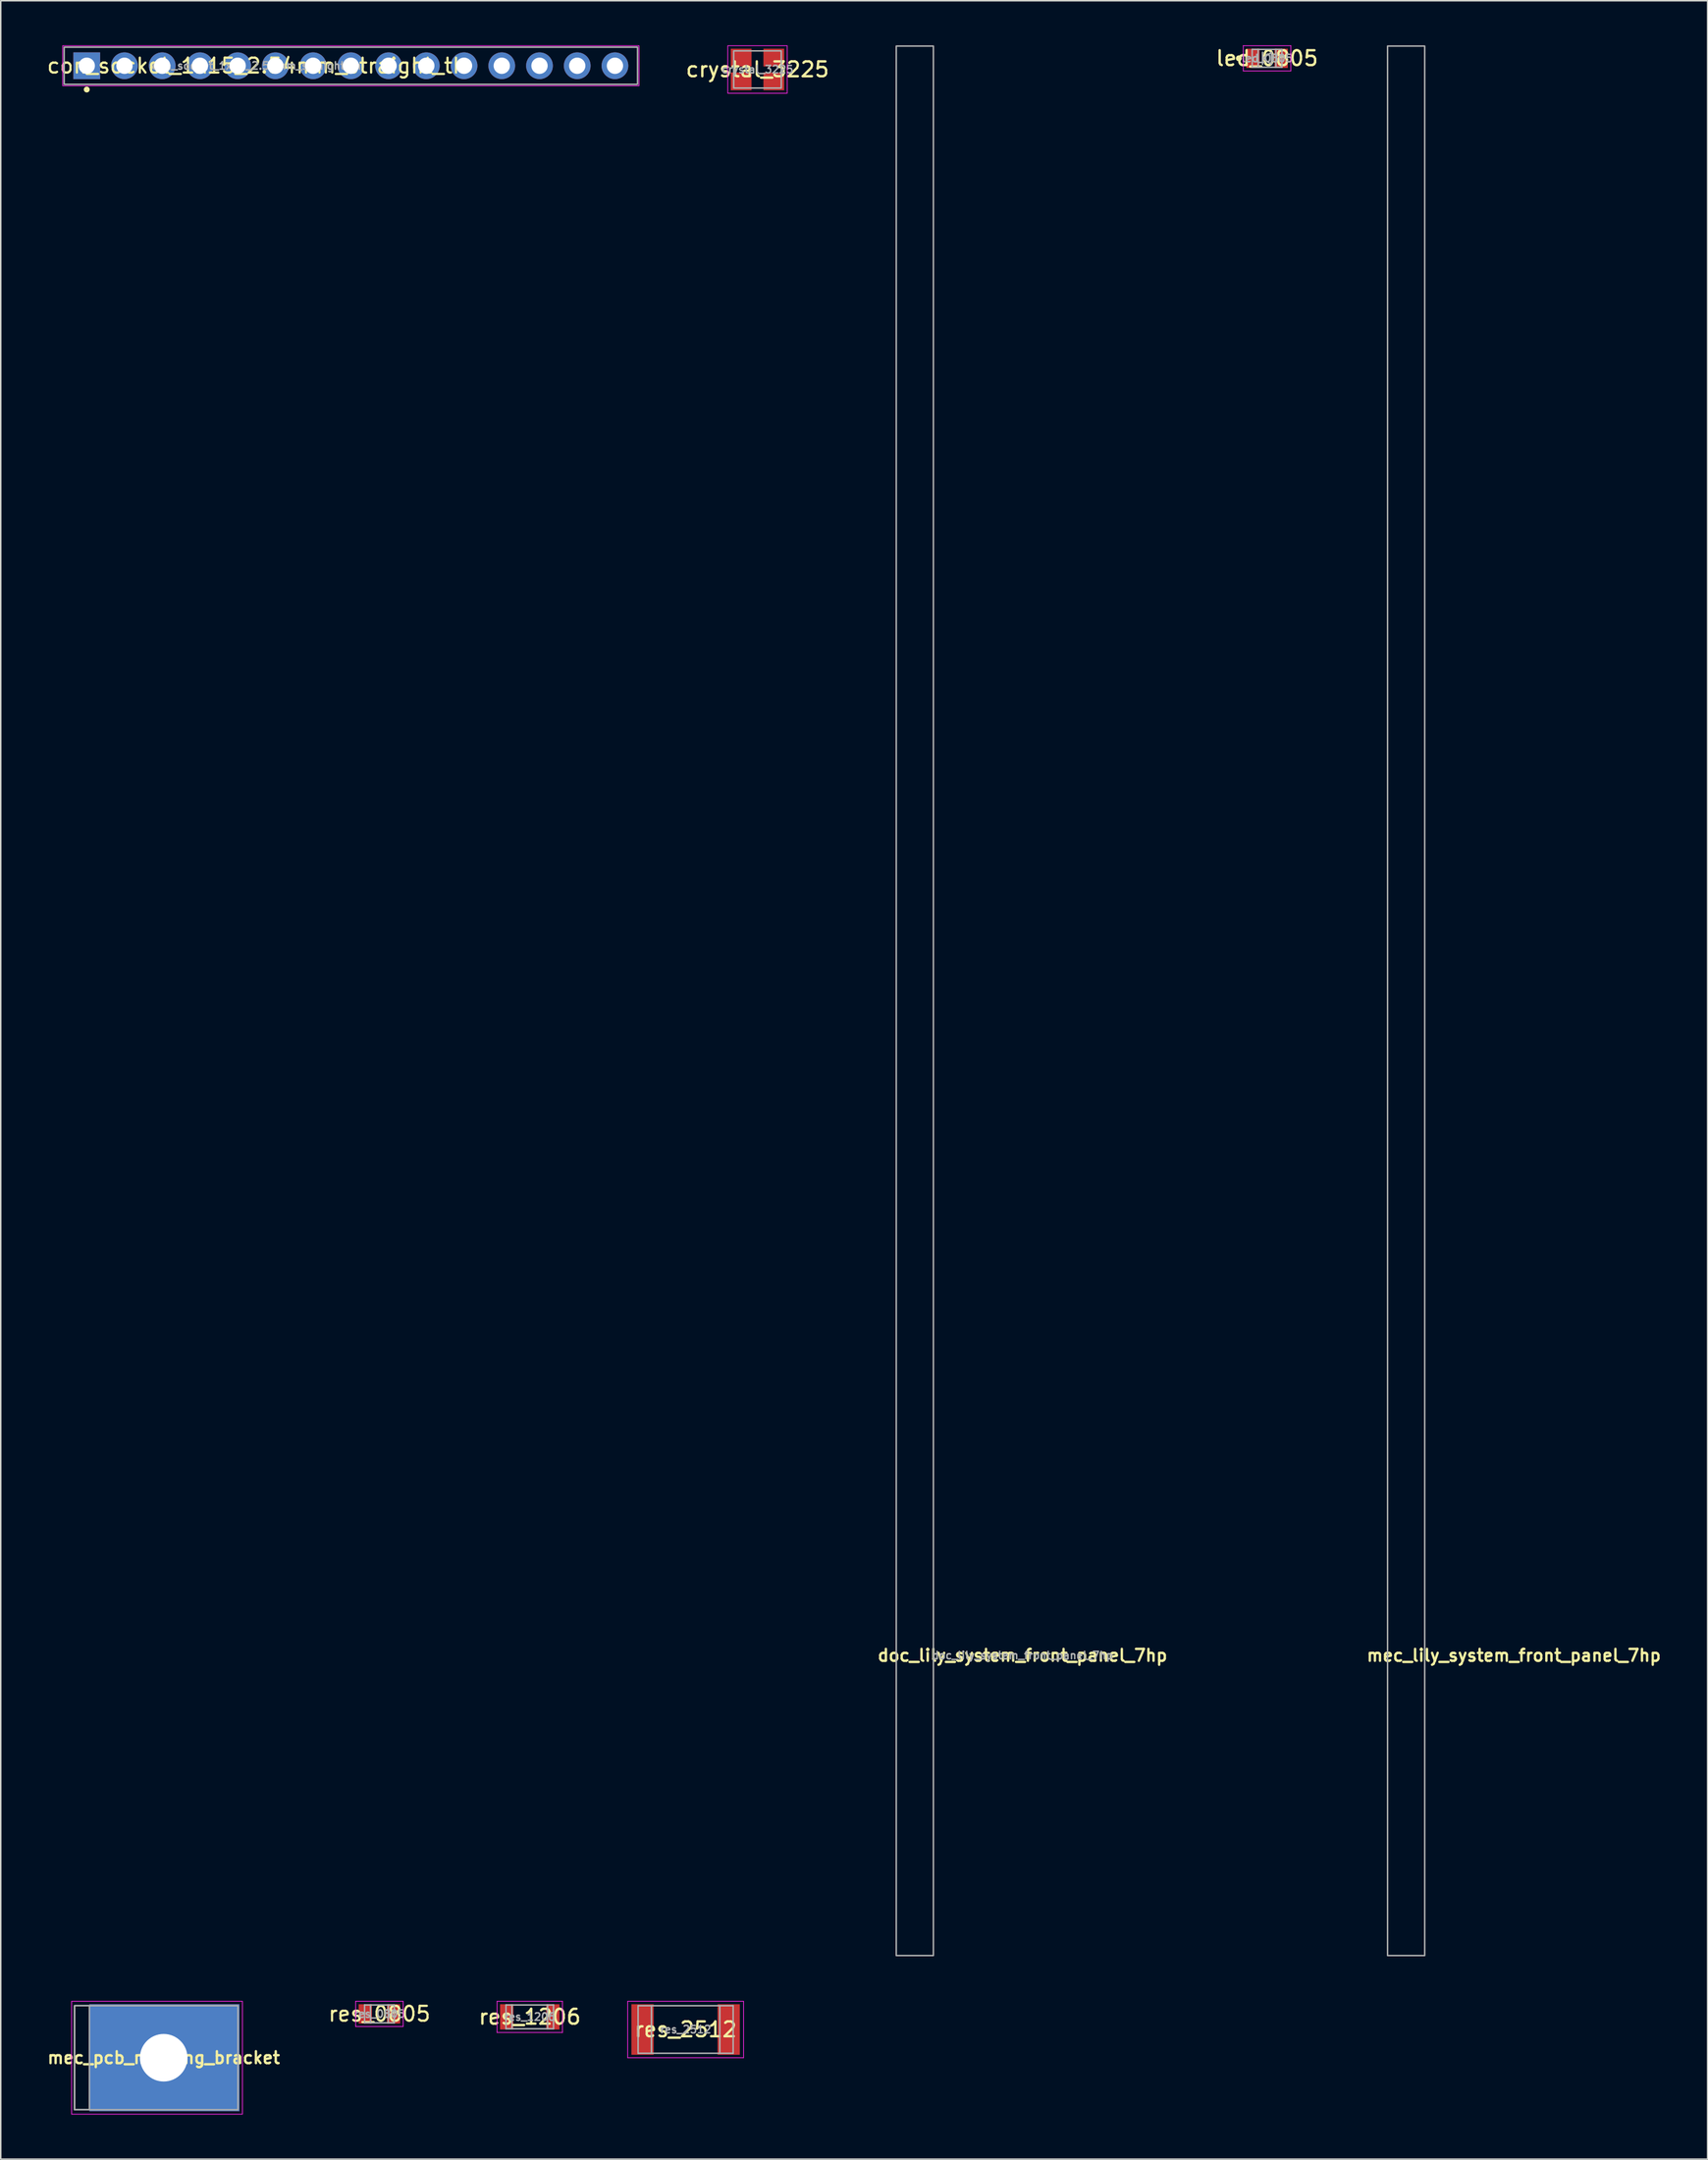
<source format=kicad_pcb>
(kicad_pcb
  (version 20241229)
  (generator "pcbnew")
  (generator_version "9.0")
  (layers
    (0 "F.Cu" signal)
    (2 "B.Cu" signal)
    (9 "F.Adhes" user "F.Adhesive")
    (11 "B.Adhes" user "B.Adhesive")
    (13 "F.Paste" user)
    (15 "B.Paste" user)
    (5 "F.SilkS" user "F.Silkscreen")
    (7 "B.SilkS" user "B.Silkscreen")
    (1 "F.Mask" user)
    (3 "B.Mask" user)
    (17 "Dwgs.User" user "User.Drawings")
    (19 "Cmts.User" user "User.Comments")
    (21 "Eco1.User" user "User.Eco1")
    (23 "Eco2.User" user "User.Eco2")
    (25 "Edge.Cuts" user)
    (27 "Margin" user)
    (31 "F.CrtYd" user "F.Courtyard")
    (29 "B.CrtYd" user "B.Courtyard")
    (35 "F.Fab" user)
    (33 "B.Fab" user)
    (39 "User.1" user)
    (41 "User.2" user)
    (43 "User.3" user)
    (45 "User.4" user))
  (footprint "con_socket_1x15_2.54mm_straight_th"
    (layer "F.Cu")
    (at 2.79 1.375)
    (property "Reference" "con_socket_1x15_2.54mm_straight_th" (at 11.43 0 0) (layer "F.SilkS") (effects (font (size 1 1) (thickness 0.15))))
    (attr through_hole exclude_from_pos_files)
    (fp_circle (center 0 1.6) (end 0.1 1.6) (stroke (width 0.2) (type solid)) (fill no) (layer "F.SilkS"))
    (fp_rect (start -1.62 -1.35) (end 37.18 1.35) (stroke (width 0.05) (type solid)) (fill no) (layer "F.CrtYd"))
    (fp_rect (start -1.52 -1.25) (end 37.08 1.25) (stroke (width 0.1) (type solid)) (fill no) (layer "F.Fab"))
    (fp_text user "${REFERENCE}" (at 11.43 0 0) (layer "F.Fab") (effects (font (size 0.5 0.5) (thickness 0.1))))
    (pad "1" thru_hole rect (at 0 0) (size 1.8 1.8) (drill 1.1) (layers "*.Cu" "*.Mask"))
    (pad "2" thru_hole circle (at 2.54 0) (size 1.8 1.8) (drill 1.1) (layers "*.Cu" "*.Mask"))
    (pad "3" thru_hole circle (at 5.08 0) (size 1.8 1.8) (drill 1.1) (layers "*.Cu" "*.Mask"))
    (pad "4" thru_hole circle (at 7.62 0) (size 1.8 1.8) (drill 1.1) (layers "*.Cu" "*.Mask"))
    (pad "5" thru_hole circle (at 10.16 0) (size 1.8 1.8) (drill 1.1) (layers "*.Cu" "*.Mask"))
    (pad "6" thru_hole circle (at 12.7 0) (size 1.8 1.8) (drill 1.1) (layers "*.Cu" "*.Mask"))
    (pad "7" thru_hole circle (at 15.24 0) (size 1.8 1.8) (drill 1.1) (layers "*.Cu" "*.Mask"))
    (pad "8" thru_hole circle (at 17.78 0) (size 1.8 1.8) (drill 1.1) (layers "*.Cu" "*.Mask"))
    (pad "9" thru_hole circle (at 20.32 0) (size 1.8 1.8) (drill 1.1) (layers "*.Cu" "*.Mask"))
    (pad "10" thru_hole circle (at 22.86 0) (size 1.8 1.8) (drill 1.1) (layers "*.Cu" "*.Mask"))
    (pad "11" thru_hole circle (at 25.4 0) (size 1.8 1.8) (drill 1.1) (layers "*.Cu" "*.Mask"))
    (pad "12" thru_hole circle (at 27.94 0) (size 1.8 1.8) (drill 1.1) (layers "*.Cu" "*.Mask"))
    (pad "13" thru_hole circle (at 30.48 0) (size 1.8 1.8) (drill 1.1) (layers "*.Cu" "*.Mask"))
    (pad "14" thru_hole circle (at 33.02 0) (size 1.8 1.8) (drill 1.1) (layers "*.Cu" "*.Mask"))
    (pad "15" thru_hole circle (at 35.56 0) (size 1.8 1.8) (drill 1.1) (layers "*.Cu" "*.Mask")))
  (footprint "res_2512"
    (layer "F.Cu")
    (at 43.108 133.525)
    (property "Reference" "res_2512" (at 0 0 0) (layer "F.SilkS") (effects (font (size 1 1) (thickness 0.16))))
    (attr smd)
    (fp_line (start -3.9 -1.9) (end -3.9 1.9) (stroke (width 0.05) (type solid)) (layer "F.CrtYd"))
    (fp_line (start -3.9 -1.9) (end 3.9 -1.9) (stroke (width 0.05) (type solid)) (layer "F.CrtYd"))
    (fp_line (start -3.9 1.9) (end 3.9 1.9) (stroke (width 0.05) (type solid)) (layer "F.CrtYd"))
    (fp_line (start 3.9 -1.9) (end 3.9 1.9) (stroke (width 0.05) (type solid)) (layer "F.CrtYd"))
    (fp_line (start -3.2 -1.6) (end 3.2 -1.6) (stroke (width 0.1) (type solid)) (layer "F.Fab"))
    (fp_line (start -3.2 1.6) (end -3.2 -1.6) (stroke (width 0.1) (type solid)) (layer "F.Fab"))
    (fp_line (start -3.2 1.6) (end 3.2 1.6) (stroke (width 0.1) (type solid)) (layer "F.Fab"))
    (fp_line (start -2.3 1.6) (end -2.3 -1.6) (stroke (width 0.1) (type solid)) (layer "F.Fab"))
    (fp_line (start 2.3 1.6) (end 2.3 -1.6) (stroke (width 0.1) (type solid)) (layer "F.Fab"))
    (fp_line (start 3.2 1.6) (end 3.2 -1.6) (stroke (width 0.1) (type solid)) (layer "F.Fab"))
    (fp_text user "${REFERENCE}" (at 0 0 0) (layer "F.Fab") (effects (font (size 0.5 0.5) (thickness 0.1))))
    (pad "1" smd rect (at -2.9 0) (size 1.5 3.4) (layers "F.Cu" "F.Mask" "F.Paste"))
    (pad "2" smd rect (at 2.9 0) (size 1.5 3.4) (layers "F.Cu" "F.Mask" "F.Paste")))
  (footprint "mec_lily_system_front_panel_7hp"
    (layer "F.Cu")
    (at 98.864 108.35)
    (property "Reference" "mec_lily_system_front_panel_7hp" (at 0 0 0) (unlocked yes) (layer "F.SilkS") (effects (font (size 0.8 0.8) (thickness 0.16))))
    (attr board_only exclude_from_pos_files exclude_from_bom)
    (fp_rect (start -8.5 -108.3) (end -6 20.2) (stroke (width 0.1) (type solid)) (fill no) (layer "F.Fab")))
  (footprint "res_1206"
    (layer "F.Cu")
    (at 32.615 132.675)
    (property "Reference" "res_1206" (at 0 0 0) (layer "F.SilkS") (effects (font (size 1 1) (thickness 0.16))))
    (attr smd)
    (fp_line (start -2.2 -1.05) (end 2.2 -1.05) (stroke (width 0.05) (type solid)) (layer "F.CrtYd"))
    (fp_line (start -2.2 1.05) (end -2.2 -1.05) (stroke (width 0.05) (type solid)) (layer "F.CrtYd"))
    (fp_line (start 2.2 -1.05) (end 2.2 1.05) (stroke (width 0.05) (type solid)) (layer "F.CrtYd"))
    (fp_line (start 2.2 1.05) (end -2.2 1.05) (stroke (width 0.05) (type solid)) (layer "F.CrtYd"))
    (fp_line (start -1.6 -0.8) (end 1.6 -0.8) (stroke (width 0.1) (type solid)) (layer "F.Fab"))
    (fp_line (start -1.6 0.8) (end -1.6 -0.8) (stroke (width 0.1) (type solid)) (layer "F.Fab"))
    (fp_line (start -1.2 -0.8) (end -1.2 0.8) (stroke (width 0.1) (type solid)) (layer "F.Fab"))
    (fp_line (start 1.2 -0.8) (end 1.2 0.8) (stroke (width 0.1) (type solid)) (layer "F.Fab"))
    (fp_line (start 1.6 -0.8) (end 1.6 0.8) (stroke (width 0.1) (type solid)) (layer "F.Fab"))
    (fp_line (start 1.6 0.8) (end -1.6 0.8) (stroke (width 0.1) (type solid)) (layer "F.Fab"))
    (fp_text user "${REFERENCE}" (at 0 0 0) (layer "F.Fab") (effects (font (size 0.5 0.5) (thickness 0.1))))
    (pad "1" smd rect (at -1.55 0) (size 0.9 1.7) (layers "F.Cu" "F.Mask" "F.Paste"))
    (pad "2" smd rect (at 1.55 0) (size 0.9 1.7) (layers "F.Cu" "F.Mask" "F.Paste")))
  (footprint "led_0805"
    (layer "F.Cu")
    (at 82.25 0.875)
    (property "Reference" "led_0805" (at 0 0 0) (layer "F.SilkS") (effects (font (size 1 1) (thickness 0.16))))
    (attr smd)
    (fp_circle (center -1.9 0) (end -1.8 0) (stroke (width 0.2) (type solid)) (fill no) (layer "F.SilkS"))
    (fp_line (start -1.6 -0.85) (end 1.6 -0.85) (stroke (width 0.05) (type solid)) (layer "F.CrtYd"))
    (fp_line (start -1.6 0.85) (end -1.6 -0.85) (stroke (width 0.05) (type solid)) (layer "F.CrtYd"))
    (fp_line (start 1.6 -0.85) (end 1.6 0.85) (stroke (width 0.05) (type solid)) (layer "F.CrtYd"))
    (fp_line (start 1.6 0.85) (end -1.6 0.85) (stroke (width 0.05) (type solid)) (layer "F.CrtYd"))
    (fp_line (start -1 -0.6) (end -1 0.6) (stroke (width 0.1) (type solid)) (layer "F.Fab"))
    (fp_line (start -1 0.6) (end 1 0.6) (stroke (width 0.1) (type solid)) (layer "F.Fab"))
    (fp_line (start -0.6 -0.6) (end -0.6 0.6) (stroke (width 0.1) (type solid)) (layer "F.Fab"))
    (fp_line (start -0.3 -0.4) (end -0.3 0.4) (stroke (width 0.1) (type solid)) (layer "F.Fab"))
    (fp_line (start -0.3 0) (end 0.3 -0.4) (stroke (width 0.1) (type solid)) (layer "F.Fab"))
    (fp_line (start 0.3 -0.4) (end 0.3 0.4) (stroke (width 0.1) (type solid)) (layer "F.Fab"))
    (fp_line (start 0.3 0.4) (end -0.3 0) (stroke (width 0.1) (type solid)) (layer "F.Fab"))
    (fp_line (start 0.6 -0.6) (end 0.6 0.6) (stroke (width 0.1) (type solid)) (layer "F.Fab"))
    (fp_line (start 1 -0.6) (end -1 -0.6) (stroke (width 0.1) (type solid)) (layer "F.Fab"))
    (fp_line (start 1 0.6) (end 1 -0.6) (stroke (width 0.1) (type solid)) (layer "F.Fab"))
    (fp_text user "${REFERENCE}" (at 0 0 0) (layer "F.Fab") (effects (font (size 0.5 0.5) (thickness 0.1))))
    (pad "1" smd rect (at -0.95 0) (size 0.9 1.3) (layers "F.Cu" "F.Mask" "F.Paste"))
    (pad "2" smd rect (at 0.95 0) (size 0.9 1.3) (layers "F.Cu" "F.Mask" "F.Paste"))
    (zone (net_name "") (layer "F.Cu") (hatch edge 0.5) (connect_pads) (min_thickness 0.25) (filled_areas_thickness no) (keepout (tracks allowed) (vias allowed) (pads allowed) (copperpour not_allowed) (footprints allowed)) (placement (enabled no)) (fill) (polygon (pts (xy 81.75 0.025) (xy 82.75 0.025) (xy 82.75 1.725) (xy 81.75 1.725)))))
  (footprint "crystal_3225"
    (layer "F.Cu")
    (at 47.945 1.625)
    (property "Reference" "crystal_3225" (at 0 0 0) (unlocked yes) (layer "F.SilkS") (effects (font (size 1 1) (thickness 0.16))))
    (attr smd)
    (fp_rect (start -2 -1.6) (end 2 1.6) (stroke (width 0.05) (type solid)) (fill no) (layer "F.CrtYd"))
    (fp_rect (start -1.6 -1.25) (end 1.6 1.25) (stroke (width 0.1) (type solid)) (fill no) (layer "F.Fab"))
    (fp_text user "${REFERENCE}" (at 0 0 0) (unlocked yes) (layer "F.Fab") (effects (font (size 0.5 0.5) (thickness 0.1))))
    (pad "1" smd rect (at -1.1 0.8) (size 1.4 1.2) (layers "F.Cu" "F.Mask" "F.Paste"))
    (pad "2" smd rect (at 1.1 0.8) (size 1.4 1.2) (layers "F.Cu" "F.Mask" "F.Paste"))
    (pad "3" smd rect (at 1.1 -0.8) (size 1.4 1.2) (layers "F.Cu" "F.Mask" "F.Paste"))
    (pad "4" smd rect (at -1.1 -0.8) (size 1.4 1.2) (layers "F.Cu" "F.Mask" "F.Paste")))
  (footprint "res_0805"
    (layer "F.Cu")
    (at 22.493 132.475)
    (property "Reference" "res_0805" (at 0 0 0) (layer "F.SilkS") (effects (font (size 1 1) (thickness 0.15))))
    (attr smd)
    (fp_line (start -1.6 -0.85) (end 1.6 -0.85) (stroke (width 0.05) (type solid)) (layer "F.CrtYd"))
    (fp_line (start -1.6 0.85) (end -1.6 -0.85) (stroke (width 0.05) (type solid)) (layer "F.CrtYd"))
    (fp_line (start 1.6 -0.85) (end 1.6 0.85) (stroke (width 0.05) (type solid)) (layer "F.CrtYd"))
    (fp_line (start 1.6 0.85) (end -1.6 0.85) (stroke (width 0.05) (type solid)) (layer "F.CrtYd"))
    (fp_line (start -1 -0.6) (end -1 0.6) (stroke (width 0.1) (type solid)) (layer "F.Fab"))
    (fp_line (start -1 0.6) (end 1 0.6) (stroke (width 0.1) (type solid)) (layer "F.Fab"))
    (fp_line (start -0.6 -0.6) (end -0.6 0.6) (stroke (width 0.1) (type solid)) (layer "F.Fab"))
    (fp_line (start 0.6 -0.6) (end 0.6 0.6) (stroke (width 0.1) (type solid)) (layer "F.Fab"))
    (fp_line (start 1 -0.6) (end -1 -0.6) (stroke (width 0.1) (type solid)) (layer "F.Fab"))
    (fp_line (start 1 0.6) (end 1 -0.6) (stroke (width 0.1) (type solid)) (layer "F.Fab"))
    (fp_text user "${REFERENCE}" (at 0 0 0) (layer "F.Fab") (effects (font (size 0.5 0.5) (thickness 0.1))))
    (pad "1" smd rect (at -0.95 0) (size 0.9 1.3) (layers "F.Cu" "F.Mask" "F.Paste"))
    (pad "2" smd rect (at 0.95 0) (size 0.9 1.3) (layers "F.Cu" "F.Mask" "F.Paste")))
  (footprint "doc_lily_system_front_panel_7hp"
    (layer "F.Cu")
    (at 65.788 108.35)
    (property "Reference" "doc_lily_system_front_panel_7hp" (at 0 0 0) (unlocked yes) (layer "F.SilkS") (effects (font (size 0.8 0.8) (thickness 0.16))))
    (attr board_only exclude_from_pos_files exclude_from_bom)
    (fp_rect (start -8.5 -108.3) (end -6 20.2) (stroke (width 0.1) (type solid)) (fill no) (layer "F.Fab"))
    (fp_text user "${REFERENCE}" (at 0 0 0) (layer "F.Fab") (effects (font (size 0.5 0.5) (thickness 0.1)))))
  (footprint "mec_pcb_mouting_bracket"
    (layer "F.Cu")
    (at 7.97 135.425)
    (property "Reference" "mec_pcb_mouting_bracket" (at 0 0 0) (unlocked yes) (layer "F.SilkS") (effects (font (size 0.8 0.8) (thickness 0.16))))
    (attr board_only exclude_from_pos_files exclude_from_bom)
    (fp_rect (start -6.2 -3.8) (end 5.3 3.8) (stroke (width 0.05) (type solid)) (fill no) (layer "F.CrtYd"))
    (fp_rect (start -6 -3.5) (end -5 3.5) (stroke (width 0.1) (type solid)) (fill no) (layer "F.Fab"))
    (fp_rect (start -6 -3.5) (end 5 3.5) (stroke (width 0.1) (type solid)) (fill no) (layer "F.Fab"))
    (pad "1" thru_hole rect (at 0 0) (size 10.1 7.2) (drill 3.2 (offset 0.05 0)) (layers "*.Cu" "*.Mask")))
  (gr_rect
    (start -3 -3)
    (end 111.91 142.25)
    (stroke (width 0.1) (type default))
    (fill no)
    (layer "Edge.Cuts")))
</source>
